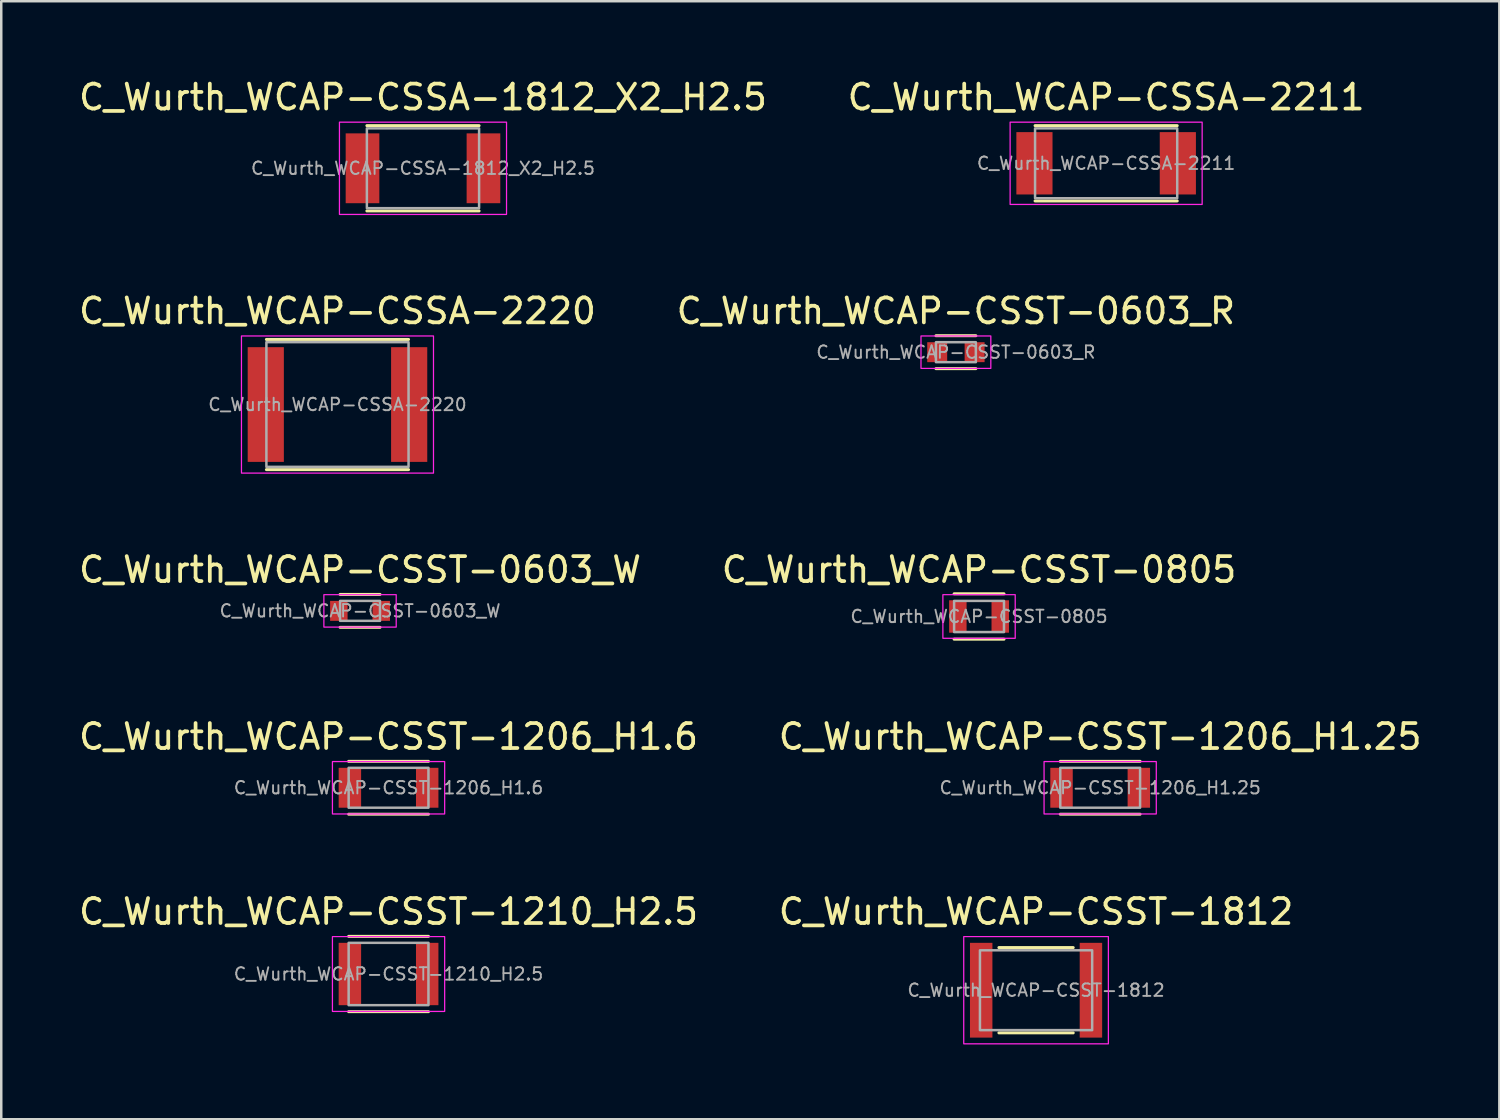
<source format=kicad_pcb>
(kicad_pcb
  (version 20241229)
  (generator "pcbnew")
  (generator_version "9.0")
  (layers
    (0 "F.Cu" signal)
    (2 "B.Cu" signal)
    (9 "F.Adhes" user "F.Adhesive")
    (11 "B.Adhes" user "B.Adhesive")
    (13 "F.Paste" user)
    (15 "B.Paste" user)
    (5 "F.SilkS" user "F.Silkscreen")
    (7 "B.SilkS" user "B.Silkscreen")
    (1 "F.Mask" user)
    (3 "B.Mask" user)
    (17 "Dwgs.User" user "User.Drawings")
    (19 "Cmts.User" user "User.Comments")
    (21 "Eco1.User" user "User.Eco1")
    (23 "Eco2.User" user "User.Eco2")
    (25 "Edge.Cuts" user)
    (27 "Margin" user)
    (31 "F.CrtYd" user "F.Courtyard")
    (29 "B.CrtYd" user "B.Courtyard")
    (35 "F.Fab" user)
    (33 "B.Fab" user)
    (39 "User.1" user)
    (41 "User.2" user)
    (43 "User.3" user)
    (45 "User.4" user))
  (footprint "C_Wurth_WCAP-CSSA-2220"
    (layer "F.Cu")
    (at 10.482 13.171)
    (property "Reference" "C_Wurth_WCAP-CSSA-2220" (at 0 -3.75 0) (unlocked yes) (layer "F.SilkS") (effects (font (size 1 1) (thickness 0.15))))
    (attr smd)
    (fp_line (start -2.85 -2.61) (end 2.85 -2.61) (stroke (width 0.12) (type solid)) (layer "F.SilkS"))
    (fp_line (start -2.85 2.61) (end 2.85 2.61) (stroke (width 0.12) (type solid)) (layer "F.SilkS"))
    (fp_rect (start -3.85 -2.75) (end 3.85 2.75) (stroke (width 0.05) (type solid)) (fill no) (layer "F.CrtYd"))
    (fp_rect (start -2.85 -2.5) (end 2.85 2.5) (stroke (width 0.1) (type solid)) (fill no) (layer "F.Fab"))
    (fp_text user "${REFERENCE}" (at 0 0 0) (unlocked yes) (layer "F.Fab") (effects (font (size 0.5 0.5) (thickness 0.075))))
    (pad "1" smd rect (at -2.875 0) (size 1.45 4.6) (layers "F.Cu" "F.Mask" "F.Paste"))
    (pad "2" smd rect (at 2.875 0) (size 1.45 4.6) (layers "F.Cu" "F.Mask" "F.Paste")))
  (footprint "C_Wurth_WCAP-CSST-1206_H1.6"
    (layer "F.Cu")
    (at 12.53 28.538)
    (property "Reference" "C_Wurth_WCAP-CSST-1206_H1.6" (at 0 -2.05 0) (unlocked yes) (layer "F.SilkS") (effects (font (size 1 1) (thickness 0.15))))
    (attr smd)
    (fp_line (start -1.6 -1.06) (end 1.6 -1.06) (stroke (width 0.12) (type solid)) (layer "F.SilkS"))
    (fp_line (start -1.6 1.06) (end 1.6 1.06) (stroke (width 0.12) (type solid)) (layer "F.SilkS"))
    (fp_rect (start -2.25 -1.05) (end 2.25 1.05) (stroke (width 0.05) (type solid)) (fill no) (layer "F.CrtYd"))
    (fp_rect (start -1.6 -0.8) (end 1.6 0.8) (stroke (width 0.1) (type solid)) (fill no) (layer "F.Fab"))
    (fp_text user "${REFERENCE}" (at 0 0 0) (unlocked yes) (layer "F.Fab") (effects (font (size 0.5 0.5) (thickness 0.075))))
    (pad "1" smd rect (at -1.55 0) (size 0.9 1.6) (layers "F.Cu" "F.Mask" "F.Paste"))
    (pad "2" smd rect (at 1.55 0) (size 0.9 1.6) (layers "F.Cu" "F.Mask" "F.Paste")))
  (footprint "C_Wurth_WCAP-CSST-1210_H2.5"
    (layer "F.Cu")
    (at 12.53 36.006)
    (property "Reference" "C_Wurth_WCAP-CSST-1210_H2.5" (at 0 -2.5 0) (unlocked yes) (layer "F.SilkS") (effects (font (size 1 1) (thickness 0.15))))
    (attr smd)
    (fp_line (start -1.6 -1.51) (end 1.6 -1.51) (stroke (width 0.12) (type solid)) (layer "F.SilkS"))
    (fp_line (start -1.6 1.51) (end 1.6 1.51) (stroke (width 0.12) (type solid)) (layer "F.SilkS"))
    (fp_rect (start -2.25 -1.5) (end 2.25 1.5) (stroke (width 0.05) (type solid)) (fill no) (layer "F.CrtYd"))
    (fp_rect (start -1.6 -1.25) (end 1.6 1.25) (stroke (width 0.1) (type solid)) (fill no) (layer "F.Fab"))
    (fp_text user "${REFERENCE}" (at 0 0 0) (unlocked yes) (layer "F.Fab") (effects (font (size 0.5 0.5) (thickness 0.075))))
    (pad "1" smd rect (at -1.55 0) (size 0.9 2.5) (layers "F.Cu" "F.Mask" "F.Paste"))
    (pad "2" smd rect (at 1.55 0) (size 0.9 2.5) (layers "F.Cu" "F.Mask" "F.Paste")))
  (footprint "C_Wurth_WCAP-CSST-1206_H1.25"
    (layer "F.Cu")
    (at 41.065 28.538)
    (property "Reference" "C_Wurth_WCAP-CSST-1206_H1.25" (at 0 -2.05 0) (unlocked yes) (layer "F.SilkS") (effects (font (size 1 1) (thickness 0.15))))
    (attr smd)
    (fp_line (start -1.6 -1.06) (end 1.6 -1.06) (stroke (width 0.12) (type solid)) (layer "F.SilkS"))
    (fp_line (start -1.6 1.06) (end 1.6 1.06) (stroke (width 0.12) (type solid)) (layer "F.SilkS"))
    (fp_rect (start -2.25 -1.05) (end 2.25 1.05) (stroke (width 0.05) (type solid)) (fill no) (layer "F.CrtYd"))
    (fp_rect (start -1.6 -0.8) (end 1.6 0.8) (stroke (width 0.1) (type solid)) (fill no) (layer "F.Fab"))
    (fp_text user "${REFERENCE}" (at 0 0 0) (unlocked yes) (layer "F.Fab") (effects (font (size 0.5 0.5) (thickness 0.075))))
    (pad "1" smd rect (at -1.55 0) (size 0.9 1.6) (layers "F.Cu" "F.Mask" "F.Paste"))
    (pad "2" smd rect (at 1.55 0) (size 0.9 1.6) (layers "F.Cu" "F.Mask" "F.Paste")))
  (footprint "C_Wurth_WCAP-CSST-0805"
    (layer "F.Cu")
    (at 36.208 21.67)
    (property "Reference" "C_Wurth_WCAP-CSST-0805" (at 0 -1.875 0) (unlocked yes) (layer "F.SilkS") (effects (font (size 1 1) (thickness 0.15))))
    (attr smd)
    (fp_line (start -1 -0.91) (end 1 -0.91) (stroke (width 0.12) (type solid)) (layer "F.SilkS"))
    (fp_line (start -1 0.91) (end 1 0.91) (stroke (width 0.12) (type solid)) (layer "F.SilkS"))
    (fp_rect (start -1.45 -0.875) (end 1.45 0.875) (stroke (width 0.05) (type solid)) (fill no) (layer "F.CrtYd"))
    (fp_rect (start -1 -0.625) (end 1 0.625) (stroke (width 0.1) (type solid)) (fill no) (layer "F.Fab"))
    (fp_text user "${REFERENCE}" (at 0 0 0) (unlocked yes) (layer "F.Fab") (effects (font (size 0.5 0.5) (thickness 0.075))))
    (pad "1" smd rect (at -0.85 0) (size 0.7 1.3) (layers "F.Cu" "F.Mask" "F.Paste"))
    (pad "2" smd rect (at 0.85 0) (size 0.7 1.3) (layers "F.Cu" "F.Mask" "F.Paste")))
  (footprint "C_Wurth_WCAP-CSSA-1812_X2_H2.5"
    (layer "F.Cu")
    (at 13.911 3.698)
    (property "Reference" "C_Wurth_WCAP-CSSA-1812_X2_H2.5" (at 0 -2.85 0) (unlocked yes) (layer "F.SilkS") (effects (font (size 1 1) (thickness 0.15))))
    (attr smd)
    (fp_line (start -2.25 -1.71) (end 2.25 -1.71) (stroke (width 0.12) (type solid)) (layer "F.SilkS"))
    (fp_line (start -2.25 1.71) (end 2.25 1.71) (stroke (width 0.12) (type solid)) (layer "F.SilkS"))
    (fp_rect (start -3.35 -1.85) (end 3.35 1.85) (stroke (width 0.05) (type solid)) (fill no) (layer "F.CrtYd"))
    (fp_rect (start -2.25 -1.6) (end 2.25 1.6) (stroke (width 0.1) (type solid)) (fill no) (layer "F.Fab"))
    (fp_text user "${REFERENCE}" (at 0 0 0) (unlocked yes) (layer "F.Fab") (effects (font (size 0.5 0.5) (thickness 0.075))))
    (pad "1" smd rect (at -2.425 0) (size 1.35 2.8) (layers "F.Cu" "F.Mask" "F.Paste"))
    (pad "2" smd rect (at 2.425 0) (size 1.35 2.8) (layers "F.Cu" "F.Mask" "F.Paste")))
  (footprint "C_Wurth_WCAP-CSST-0603_W"
    (layer "F.Cu")
    (at 11.387 21.445)
    (property "Reference" "C_Wurth_WCAP-CSST-0603_W" (at 0 -1.65 0) (unlocked yes) (layer "F.SilkS") (effects (font (size 1 1) (thickness 0.15))))
    (attr smd)
    (fp_line (start -0.8 -0.66) (end 0.8 -0.66) (stroke (width 0.12) (type solid)) (layer "F.SilkS"))
    (fp_line (start -0.8 0.66) (end 0.8 0.66) (stroke (width 0.12) (type solid)) (layer "F.SilkS"))
    (fp_rect (start -1.45 -0.65) (end 1.45 0.65) (stroke (width 0.05) (type solid)) (fill no) (layer "F.CrtYd"))
    (fp_rect (start -0.8 -0.4) (end 0.8 0.4) (stroke (width 0.1) (type solid)) (fill no) (layer "F.Fab"))
    (fp_text user "${REFERENCE}" (at 0 0 0) (unlocked yes) (layer "F.Fab") (effects (font (size 0.5 0.5) (thickness 0.075))))
    (pad "1" smd rect (at -0.85 0) (size 0.7 0.8) (layers "F.Cu" "F.Mask" "F.Paste"))
    (pad "2" smd rect (at 0.85 0) (size 0.7 0.8) (layers "F.Cu" "F.Mask" "F.Paste")))
  (footprint "C_Wurth_WCAP-CSSA-2211"
    (layer "F.Cu")
    (at 41.304 3.498)
    (property "Reference" "C_Wurth_WCAP-CSSA-2211" (at 0 -2.65 0) (unlocked yes) (layer "F.SilkS") (effects (font (size 1 1) (thickness 0.15))))
    (attr smd)
    (fp_line (start -2.85 -1.51) (end 2.85 -1.51) (stroke (width 0.12) (type solid)) (layer "F.SilkS"))
    (fp_line (start -2.85 1.51) (end 2.85 1.51) (stroke (width 0.12) (type solid)) (layer "F.SilkS"))
    (fp_rect (start -3.85 -1.65) (end 3.85 1.65) (stroke (width 0.05) (type solid)) (fill no) (layer "F.CrtYd"))
    (fp_rect (start -2.85 -1.4) (end 2.85 1.4) (stroke (width 0.1) (type solid)) (fill no) (layer "F.Fab"))
    (fp_text user "${REFERENCE}" (at 0 0 0) (unlocked yes) (layer "F.Fab") (effects (font (size 0.5 0.5) (thickness 0.075))))
    (pad "1" smd rect (at -2.875 0) (size 1.45 2.5) (layers "F.Cu" "F.Mask" "F.Paste"))
    (pad "2" smd rect (at 2.875 0) (size 1.45 2.5) (layers "F.Cu" "F.Mask" "F.Paste")))
  (footprint "C_Wurth_WCAP-CSST-0603_R"
    (layer "F.Cu")
    (at 35.28 11.072)
    (property "Reference" "C_Wurth_WCAP-CSST-0603_R" (at 0 -1.65 0) (unlocked yes) (layer "F.SilkS") (effects (font (size 1 1) (thickness 0.15))))
    (attr smd)
    (fp_line (start -0.8 -0.66) (end 0.8 -0.66) (stroke (width 0.12) (type solid)) (layer "F.SilkS"))
    (fp_line (start -0.8 0.66) (end 0.8 0.66) (stroke (width 0.12) (type solid)) (layer "F.SilkS"))
    (fp_rect (start -1.4 -0.65) (end 1.4 0.65) (stroke (width 0.05) (type solid)) (fill no) (layer "F.CrtYd"))
    (fp_rect (start -0.8 -0.4) (end 0.8 0.4) (stroke (width 0.1) (type solid)) (fill no) (layer "F.Fab"))
    (fp_text user "${REFERENCE}" (at 0 0 0) (unlocked yes) (layer "F.Fab") (effects (font (size 0.5 0.5) (thickness 0.075))))
    (pad "1" smd rect (at -0.75 0) (size 0.8 0.8) (layers "F.Cu" "F.Mask" "F.Paste"))
    (pad "2" smd rect (at 0.75 0) (size 0.8 0.8) (layers "F.Cu" "F.Mask" "F.Paste")))
  (footprint "C_Wurth_WCAP-CSST-1812"
    (layer "F.Cu")
    (at 38.494 36.656)
    (property "Reference" "C_Wurth_WCAP-CSST-1812" (at 0 -3.15 0) (unlocked yes) (layer "F.SilkS") (effects (font (size 1 1) (thickness 0.15))))
    (attr smd)
    (fp_line (start -1.49 -1.71) (end 1.49 -1.71) (stroke (width 0.12) (type solid)) (layer "F.SilkS"))
    (fp_line (start -1.49 1.71) (end 1.49 1.71) (stroke (width 0.12) (type solid)) (layer "F.SilkS"))
    (fp_rect (start -2.9 -2.15) (end 2.9 2.15) (stroke (width 0.05) (type solid)) (fill no) (layer "F.CrtYd"))
    (fp_rect (start -2.25 -1.6) (end 2.25 1.6) (stroke (width 0.1) (type solid)) (fill no) (layer "F.Fab"))
    (fp_text user "${REFERENCE}" (at 0 0 0) (unlocked yes) (layer "F.Fab") (effects (font (size 0.5 0.5) (thickness 0.075))))
    (pad "1" smd rect (at -2.2 0) (size 0.9 3.8) (layers "F.Cu" "F.Mask" "F.Paste"))
    (pad "2" smd rect (at 2.2 0) (size 0.9 3.8) (layers "F.Cu" "F.Mask" "F.Paste")))
  (gr_rect
    (start -3 -3)
    (end 57.071 41.831)
    (stroke (width 0.1) (type default))
    (fill no)
    (layer "Edge.Cuts")))
</source>
